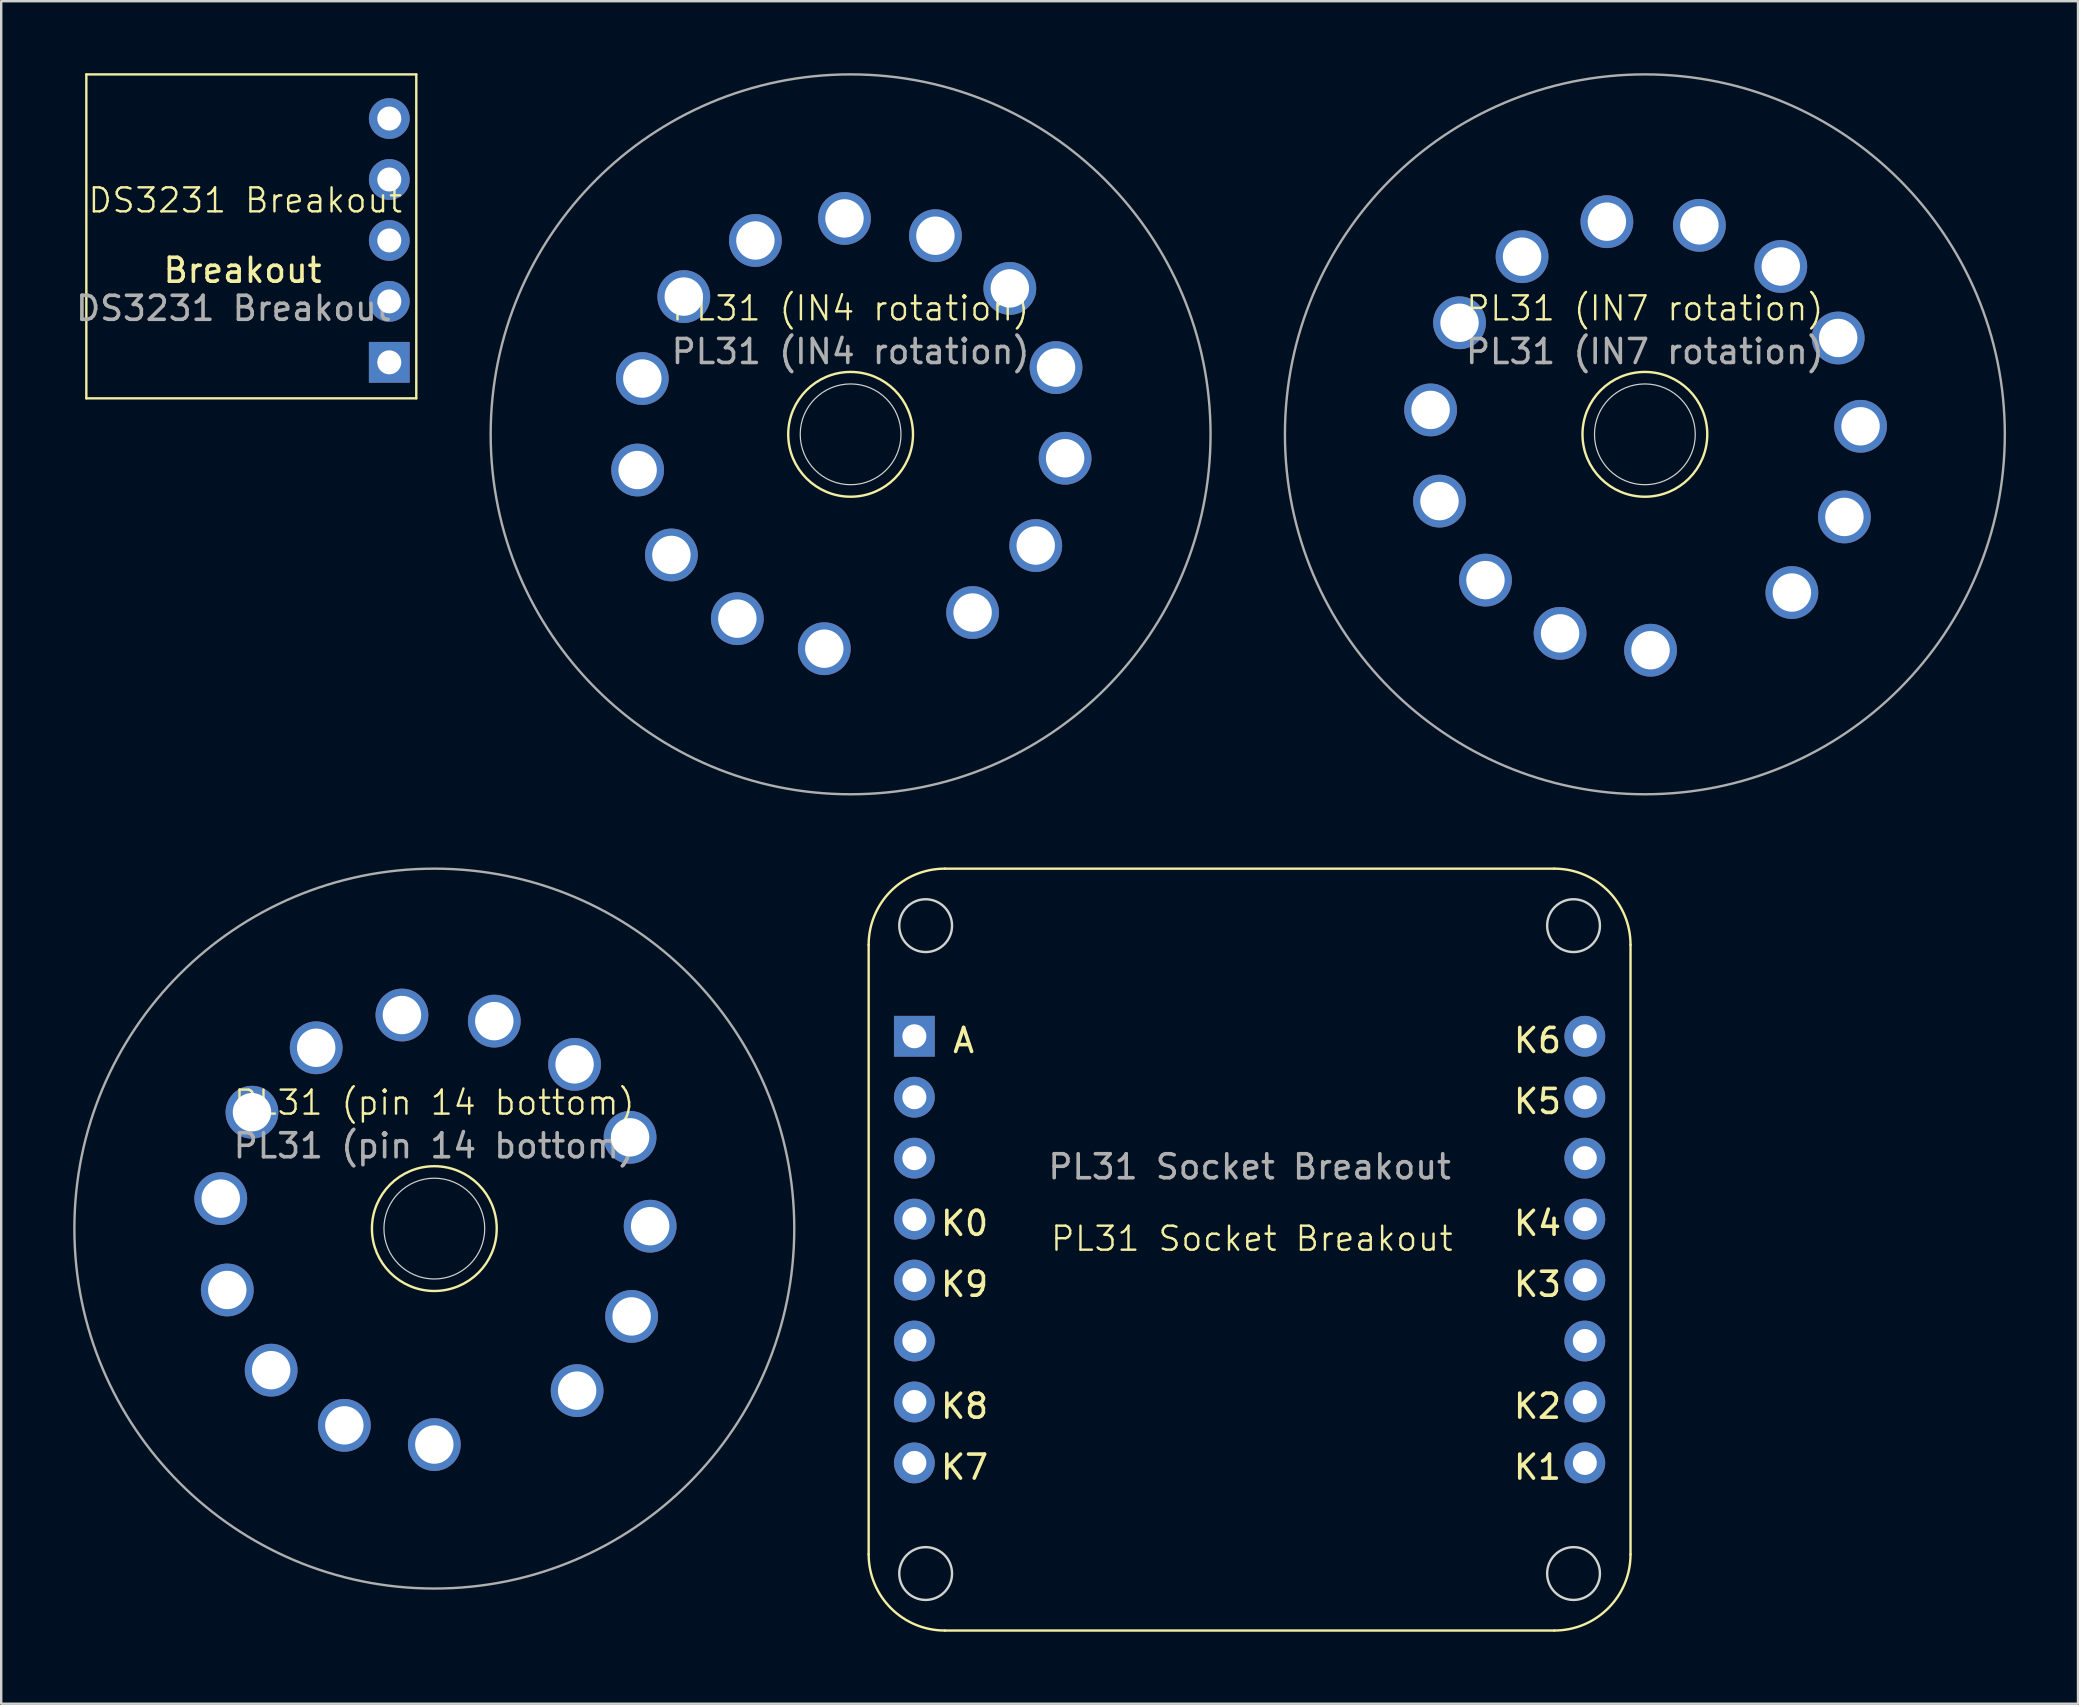
<source format=kicad_pcb>
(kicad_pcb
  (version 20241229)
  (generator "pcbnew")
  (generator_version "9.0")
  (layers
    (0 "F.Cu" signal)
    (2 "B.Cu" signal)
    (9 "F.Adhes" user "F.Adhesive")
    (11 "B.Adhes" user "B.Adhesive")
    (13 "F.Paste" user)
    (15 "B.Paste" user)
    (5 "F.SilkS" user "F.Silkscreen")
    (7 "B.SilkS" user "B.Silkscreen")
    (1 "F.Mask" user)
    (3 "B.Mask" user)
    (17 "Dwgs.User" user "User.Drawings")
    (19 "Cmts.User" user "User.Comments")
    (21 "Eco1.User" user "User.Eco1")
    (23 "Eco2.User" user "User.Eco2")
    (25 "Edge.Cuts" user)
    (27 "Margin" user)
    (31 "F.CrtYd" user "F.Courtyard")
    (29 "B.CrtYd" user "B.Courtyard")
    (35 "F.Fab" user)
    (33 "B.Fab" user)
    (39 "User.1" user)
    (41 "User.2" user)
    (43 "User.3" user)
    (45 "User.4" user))
  (footprint "PL31 (pin 14 bottom)"
    (layer "F.Cu")
    (at 15.05 48.15)
    (property "Reference" "PL31 (pin 14 bottom)" (at 0 -5.25 0) (unlocked yes) (layer "F.SilkS") (effects (font (size 1 1) (thickness 0.1))))
    (attr through_hole)
    (fp_circle (center 0 0) (end 2.6 0) (stroke (width 0.1) (type default)) (fill no) (layer "F.SilkS"))
    (fp_circle (center 0 0) (end 2.1 0) (stroke (width 0.05) (type default)) (fill no) (layer "Edge.Cuts"))
    (fp_circle (center 0 0) (end 15 0) (stroke (width 0.1) (type default)) (fill no) (layer "F.Fab"))
    (fp_text user "${REFERENCE}" (at 0 -3.45 0) (unlocked yes) (layer "F.Fab") (effects (font (size 1 1) (thickness 0.15))))
    (pad "1" thru_hole circle (at 5.951 6.752 180) (size 2.2 2.2) (drill 1.6) (layers "*.Cu" "*.Mask"))
    (pad "2" thru_hole circle (at 8.222 3.66 180) (size 2.2 2.2) (drill 1.6) (layers "*.Cu" "*.Mask"))
    (pad "3" thru_hole circle (at 8.994 -0.1 180) (size 2.2 2.2) (drill 1.6) (layers "*.Cu" "*.Mask"))
    (pad "4" thru_hole circle (at 8.157 -3.803 180) (size 2.2 2.2) (drill 1.6) (layers "*.Cu" "*.Mask"))
    (pad "5" thru_hole circle (at 5.845 -6.844 180) (size 2.2 2.2) (drill 1.6) (layers "*.Cu" "*.Mask"))
    (pad "6" thru_hole circle (at 2.499 -8.646 180) (size 2.2 2.2) (drill 1.6) (layers "*.Cu" "*.Mask"))
    (pad "7" thru_hole circle (at -1.35 -8.9 180) (size 2.2 2.2) (drill 1.6) (layers "*.Cu" "*.Mask"))
    (pad "8" thru_hole circle (at -4.923 -7.535 180) (size 2.2 2.2) (drill 1.6) (layers "*.Cu" "*.Mask"))
    (pad "9" thru_hole circle (at -7.6 -4.85 180) (size 2.2 2.2) (drill 1.6) (layers "*.Cu" "*.Mask"))
    (pad "10" thru_hole circle (at -8.9 -1.25 180) (size 2.2 2.2) (drill 1.6) (layers "*.Cu" "*.Mask"))
    (pad "11" thru_hole circle (at -8.629 2.558 180) (size 2.2 2.2) (drill 1.6) (layers "*.Cu" "*.Mask"))
    (pad "12" thru_hole circle (at -6.8 5.9 180) (size 2.2 2.2) (drill 1.6) (layers "*.Cu" "*.Mask"))
    (pad "13" thru_hole circle (at -3.75 8.2 180) (size 2.2 2.2) (drill 1.6) (layers "*.Cu" "*.Mask"))
    (pad "14" thru_hole circle (at 0 9 180) (size 2.2 2.2) (drill 1.6) (layers "*.Cu" "*.Mask")))
  (footprint "PL31 (IN4 rotation)"
    (layer "F.Cu")
    (at 32.398 15.05)
    (property "Reference" "PL31 (IN4 rotation)" (at 0 -5.25 0) (unlocked yes) (layer "F.SilkS") (effects (font (size 1 1) (thickness 0.1))))
    (attr through_hole)
    (fp_circle (center 0 0) (end 2.599 -0.068) (stroke (width 0.1) (type default)) (fill no) (layer "F.SilkS"))
    (fp_circle (center 0 0) (end 2.099 -0.055) (stroke (width 0.05) (type default)) (fill no) (layer "Edge.Cuts"))
    (fp_circle (center 0 0) (end 14.995 -0.393) (stroke (width 0.1) (type default)) (fill no) (layer "F.Fab"))
    (fp_text user "${REFERENCE}" (at 0 -3.45 0) (unlocked yes) (layer "F.Fab") (effects (font (size 1 1) (thickness 0.15))))
    (pad "1" thru_hole circle (at 5.084 7.426 173) (size 2.2 2.2) (drill 1.6) (layers "*.Cu" "*.Mask"))
    (pad "2" thru_hole circle (at 7.715 4.635 173) (size 2.2 2.2) (drill 1.6) (layers "*.Cu" "*.Mask"))
    (pad "3" thru_hole circle (at 8.939 0.997 173) (size 2.2 2.2) (drill 1.6) (layers "*.Cu" "*.Mask"))
    (pad "4" thru_hole circle (at 8.56 -2.781 173) (size 2.2 2.2) (drill 1.6) (layers "*.Cu" "*.Mask"))
    (pad "5" thru_hole circle (at 6.635 -6.081 173) (size 2.2 2.2) (drill 1.6) (layers "*.Cu" "*.Mask"))
    (pad "6" thru_hole circle (at 3.534 -8.277 173) (size 2.2 2.2) (drill 1.6) (layers "*.Cu" "*.Mask"))
    (pad "7" thru_hole circle (at -0.255 -8.998 173) (size 2.2 2.2) (drill 1.6) (layers "*.Cu" "*.Mask"))
    (pad "8" thru_hole circle (at -3.968 -8.078 173) (size 2.2 2.2) (drill 1.6) (layers "*.Cu" "*.Mask"))
    (pad "9" thru_hole circle (at -6.952 -5.74 173) (size 2.2 2.2) (drill 1.6) (layers "*.Cu" "*.Mask"))
    (pad "10" thru_hole circle (at -8.681 -2.325 173) (size 2.2 2.2) (drill 1.6) (layers "*.Cu" "*.Mask"))
    (pad "11" thru_hole circle (at -8.876 1.488 173) (size 2.2 2.2) (drill 1.6) (layers "*.Cu" "*.Mask"))
    (pad "12" thru_hole circle (at -7.468 5.027 173) (size 2.2 2.2) (drill 1.6) (layers "*.Cu" "*.Mask"))
    (pad "13" thru_hole circle (at -4.721 7.682 173) (size 2.2 2.2) (drill 1.6) (layers "*.Cu" "*.Mask"))
    (pad "14" thru_hole circle (at -1.097 8.933 173) (size 2.2 2.2) (drill 1.6) (layers "*.Cu" "*.Mask")))
  (footprint "PL31 (IN7 rotation)"
    (layer "F.Cu")
    (at 65.498 15.05)
    (property "Reference" "PL31 (IN7 rotation)" (at 0 -5.25 0) (unlocked yes) (layer "F.SilkS") (effects (font (size 1 1) (thickness 0.1))))
    (attr through_hole)
    (fp_circle (center 0 0) (end 2.6 0) (stroke (width 0.1) (type default)) (fill no) (layer "F.SilkS"))
    (fp_circle (center 0 0) (end 2.1 0) (stroke (width 0.05) (type default)) (fill no) (layer "Edge.Cuts"))
    (fp_circle (center 0 0) (end 15 0) (stroke (width 0.1) (type default)) (fill no) (layer "F.Fab"))
    (fp_text user "${REFERENCE}" (at 0 -3.45 0) (unlocked yes) (layer "F.Fab") (effects (font (size 1 1) (thickness 0.15))))
    (pad "1" thru_hole circle (at 6.126 6.593 181.5) (size 2.2 2.2) (drill 1.6) (layers "*.Cu" "*.Mask"))
    (pad "2" thru_hole circle (at 8.315 3.443 181.5) (size 2.2 2.2) (drill 1.6) (layers "*.Cu" "*.Mask"))
    (pad "3" thru_hole circle (at 8.988 -0.335 181.5) (size 2.2 2.2) (drill 1.6) (layers "*.Cu" "*.Mask"))
    (pad "4" thru_hole circle (at 8.055 -4.015 181.5) (size 2.2 2.2) (drill 1.6) (layers "*.Cu" "*.Mask"))
    (pad "5" thru_hole circle (at 5.664 -6.995 181.5) (size 2.2 2.2) (drill 1.6) (layers "*.Cu" "*.Mask"))
    (pad "6" thru_hole circle (at 2.272 -8.709 181.5) (size 2.2 2.2) (drill 1.6) (layers "*.Cu" "*.Mask"))
    (pad "7" thru_hole circle (at -1.583 -8.862 181.5) (size 2.2 2.2) (drill 1.6) (layers "*.Cu" "*.Mask"))
    (pad "8" thru_hole circle (at -5.118 -7.403 181.5) (size 2.2 2.2) (drill 1.6) (layers "*.Cu" "*.Mask"))
    (pad "9" thru_hole circle (at -7.724 -4.649 181.5) (size 2.2 2.2) (drill 1.6) (layers "*.Cu" "*.Mask"))
    (pad "10" thru_hole circle (at -8.93 -1.017 181.5) (size 2.2 2.2) (drill 1.6) (layers "*.Cu" "*.Mask"))
    (pad "11" thru_hole circle (at -8.559 2.783 181.5) (size 2.2 2.2) (drill 1.6) (layers "*.Cu" "*.Mask"))
    (pad "12" thru_hole circle (at -6.643 6.076 181.5) (size 2.2 2.2) (drill 1.6) (layers "*.Cu" "*.Mask"))
    (pad "13" thru_hole circle (at -3.534 8.295 181.5) (size 2.2 2.2) (drill 1.6) (layers "*.Cu" "*.Mask"))
    (pad "14" thru_hole circle (at 0.236 8.997 181.5) (size 2.2 2.2) (drill 1.6) (layers "*.Cu" "*.Mask")))
  (footprint "DS3231 Breakout"
    (layer "F.Cu")
    (at 7.423 6.8)
    (property "Reference" "DS3231 Breakout" (at -0.25 -1.5 0) (unlocked yes) (layer "F.SilkS") (effects (font (size 1 1) (thickness 0.1))))
    (attr through_hole)
    (fp_line (start -6.875 -6.75) (end 6.875 -6.75) (stroke (width 0.1) (type default)) (layer "F.SilkS"))
    (fp_line (start -6.875 6.75) (end -6.875 -6.75) (stroke (width 0.1) (type default)) (layer "F.SilkS"))
    (fp_line (start 6.875 -6.75) (end 6.875 6.75) (stroke (width 0.1) (type default)) (layer "F.SilkS"))
    (fp_line (start 6.875 6.75) (end -6.875 6.75) (stroke (width 0.1) (type default)) (layer "F.SilkS"))
    (fp_text user "Breakout" (at -3.75 2 0) (unlocked yes) (layer "F.SilkS") (effects (font (size 1 1) (thickness 0.15)) (justify left bottom)))
    (fp_text user "${REFERENCE}" (at -0.75 3 0) (unlocked yes) (layer "F.Fab") (effects (font (size 1 1) (thickness 0.15))))
    (pad "1" thru_hole oval (at 5.75 -4.91 180) (size 1.7 1.7) (drill 1) (layers "*.Cu" "*.Mask"))
    (pad "2" thru_hole oval (at 5.75 -2.37 180) (size 1.7 1.7) (drill 1) (layers "*.Cu" "*.Mask"))
    (pad "3" thru_hole oval (at 5.75 0.17 180) (size 1.7 1.7) (drill 1) (layers "*.Cu" "*.Mask"))
    (pad "4" thru_hole rect (at 5.75 5.25 180) (size 1.7 1.7) (drill 1) (layers "*.Cu" "*.Mask"))
    (pad "5" thru_hole oval (at 5.75 2.71 180) (size 1.7 1.7) (drill 1) (layers "*.Cu" "*.Mask")))
  (footprint "PL31 Socket Breakout"
    (layer "F.Cu")
    (at 49.12 49.07)
    (property "Reference" "PL31 Socket Breakout" (at 0 -0.5 0) (unlocked yes) (layer "F.SilkS") (effects (font (size 1 1) (thickness 0.1))))
    (attr through_hole)
    (fp_line (start -15.97 -12.745) (end -15.97 12.655) (stroke (width 0.1) (type default)) (layer "F.SilkS"))
    (fp_line (start -12.795 15.83) (end 12.605 15.83) (stroke (width 0.1) (type default)) (layer "F.SilkS"))
    (fp_line (start 12.605 -15.92) (end -12.795 -15.92) (stroke (width 0.1) (type default)) (layer "F.SilkS"))
    (fp_line (start 15.78 -12.745) (end 15.78 12.655) (stroke (width 0.1) (type default)) (layer "F.SilkS"))
    (fp_arc (start -15.970064 -12.745064) (mid -15.040128 -14.990128) (end -12.795064 -15.920064) (stroke (width 0.1) (type default)) (layer "F.SilkS"))
    (fp_arc (start -12.795064 15.829936) (mid -15.040128 14.9) (end -15.970064 12.654936) (stroke (width 0.1) (type default)) (layer "F.SilkS"))
    (fp_arc (start 12.604936 -15.920064) (mid 14.85 -14.990128) (end 15.779936 -12.745064) (stroke (width 0.1) (type default)) (layer "F.SilkS"))
    (fp_arc (start 15.779936 12.654936) (mid 14.85 14.9) (end 12.604936 15.829936) (stroke (width 0.1) (type default)) (layer "F.SilkS"))
    (fp_circle (center -13.595 -13.545) (end -12.495 -13.545) (stroke (width 0.1) (type default)) (fill no) (layer "Edge.Cuts"))
    (fp_circle (center -13.595 13.455) (end -12.495 13.455) (stroke (width 0.1) (type default)) (fill no) (layer "Edge.Cuts"))
    (fp_circle (center 13.405 -13.545) (end 14.505 -13.545) (stroke (width 0.1) (type default)) (fill no) (layer "Edge.Cuts"))
    (fp_circle (center 13.405 13.455) (end 14.505 13.455) (stroke (width 0.1) (type default)) (fill no) (layer "Edge.Cuts"))
    (fp_text user "K8" (at -13.049 7.067 0) (unlocked yes) (layer "F.SilkS") (effects (font (size 1 1) (thickness 0.15)) (justify left bottom)))
    (fp_text user "K4" (at 10.827 -0.553 0) (unlocked yes) (layer "F.SilkS") (effects (font (size 1 1) (thickness 0.15)) (justify left bottom)))
    (fp_text user "K3" (at 10.827 1.987 0) (unlocked yes) (layer "F.SilkS") (effects (font (size 1 1) (thickness 0.15)) (justify left bottom)))
    (fp_text user "K5\n" (at 10.827 -5.633 0) (unlocked yes) (layer "F.SilkS") (effects (font (size 1 1) (thickness 0.15)) (justify left bottom)))
    (fp_text user "K2" (at 10.827 7.067 0) (unlocked yes) (layer "F.SilkS") (effects (font (size 1 1) (thickness 0.15)) (justify left bottom)))
    (fp_text user "K7" (at -13.049 9.607 0) (unlocked yes) (layer "F.SilkS") (effects (font (size 1 1) (thickness 0.15)) (justify left bottom)))
    (fp_text user "K6\n" (at 10.827 -8.173 0) (unlocked yes) (layer "F.SilkS") (effects (font (size 1 1) (thickness 0.15)) (justify left bottom)))
    (fp_text user "A" (at -12.541 -8.173 0) (unlocked yes) (layer "F.SilkS") (effects (font (size 1 1) (thickness 0.15)) (justify left bottom)))
    (fp_text user "K9\n" (at -13.049 1.987 0) (unlocked yes) (layer "F.SilkS") (effects (font (size 1 1) (thickness 0.15)) (justify left bottom)))
    (fp_text user "K0\n" (at -13.049 -0.553 0) (unlocked yes) (layer "F.SilkS") (effects (font (size 1 1) (thickness 0.15)) (justify left bottom)))
    (fp_text user "K1" (at 10.827 9.607 0) (unlocked yes) (layer "F.SilkS") (effects (font (size 1 1) (thickness 0.15)) (justify left bottom)))
    (fp_text user "${REFERENCE}" (at -0.095 -3.495 0) (unlocked yes) (layer "F.Fab") (effects (font (size 1 1) (thickness 0.15))))
    (pad "" thru_hole oval (at -14.065 -6.395 180) (size 1.7 1.7) (drill 1) (layers "*.Cu" "*.Mask"))
    (pad "" thru_hole oval (at -14.065 -3.855 180) (size 1.7 1.7) (drill 1) (layers "*.Cu" "*.Mask"))
    (pad "" thru_hole oval (at -14.065 3.765 180) (size 1.7 1.7) (drill 1) (layers "*.Cu" "*.Mask"))
    (pad "" thru_hole oval (at 13.875 -3.855 180) (size 1.7 1.7) (drill 1) (layers "*.Cu" "*.Mask"))
    (pad "" thru_hole oval (at 13.875 3.765 180) (size 1.7 1.7) (drill 1) (layers "*.Cu" "*.Mask"))
    (pad "1" thru_hole oval (at 13.875 8.845 180) (size 1.7 1.7) (drill 1) (layers "*.Cu" "*.Mask"))
    (pad "2" thru_hole oval (at 13.875 6.305 180) (size 1.7 1.7) (drill 1) (layers "*.Cu" "*.Mask"))
    (pad "3" thru_hole oval (at 13.875 1.225 180) (size 1.7 1.7) (drill 1) (layers "*.Cu" "*.Mask"))
    (pad "4" thru_hole oval (at 13.875 -1.315 180) (size 1.7 1.7) (drill 1) (layers "*.Cu" "*.Mask"))
    (pad "5" thru_hole oval (at 13.875 -6.395 180) (size 1.7 1.7) (drill 1) (layers "*.Cu" "*.Mask"))
    (pad "6" thru_hole circle (at 13.875 -8.935 180) (size 1.7 1.7) (drill 1) (layers "*.Cu" "*.Mask"))
    (pad "7" thru_hole oval (at -14.065 8.845 180) (size 1.7 1.7) (drill 1) (layers "*.Cu" "*.Mask"))
    (pad "8" thru_hole oval (at -14.065 6.305 180) (size 1.7 1.7) (drill 1) (layers "*.Cu" "*.Mask"))
    (pad "9" thru_hole oval (at -14.065 1.225 180) (size 1.7 1.7) (drill 1) (layers "*.Cu" "*.Mask"))
    (pad "10" thru_hole oval (at -14.065 -1.315 180) (size 1.7 1.7) (drill 1) (layers "*.Cu" "*.Mask"))
    (pad "11" thru_hole rect (at -14.065 -8.935 180) (size 1.7 1.7) (drill 1) (layers "*.Cu" "*.Mask")))
  (gr_rect
    (start -3 -3)
    (end 83.548 67.95)
    (stroke (width 0.1) (type default))
    (fill no)
    (layer "Edge.Cuts")))
</source>
